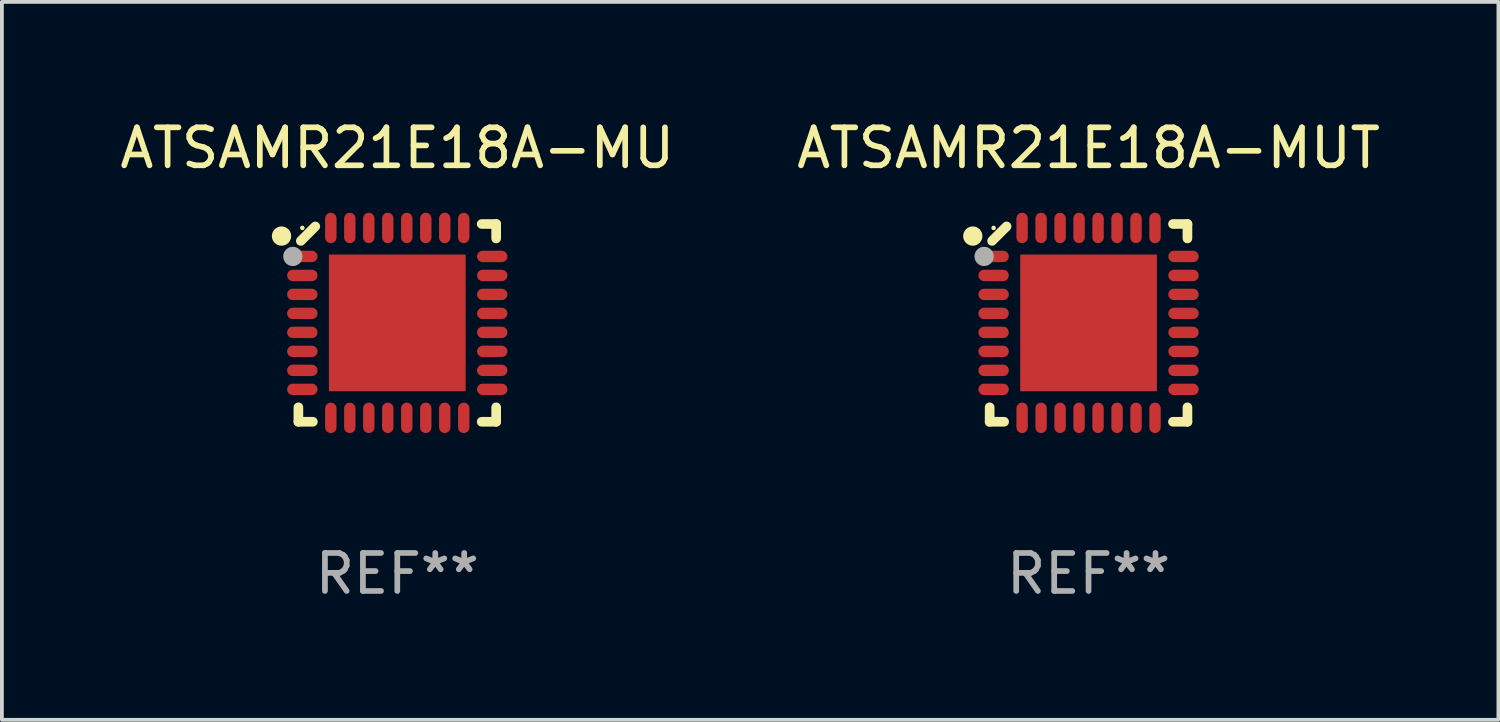
<source format=kicad_pcb>
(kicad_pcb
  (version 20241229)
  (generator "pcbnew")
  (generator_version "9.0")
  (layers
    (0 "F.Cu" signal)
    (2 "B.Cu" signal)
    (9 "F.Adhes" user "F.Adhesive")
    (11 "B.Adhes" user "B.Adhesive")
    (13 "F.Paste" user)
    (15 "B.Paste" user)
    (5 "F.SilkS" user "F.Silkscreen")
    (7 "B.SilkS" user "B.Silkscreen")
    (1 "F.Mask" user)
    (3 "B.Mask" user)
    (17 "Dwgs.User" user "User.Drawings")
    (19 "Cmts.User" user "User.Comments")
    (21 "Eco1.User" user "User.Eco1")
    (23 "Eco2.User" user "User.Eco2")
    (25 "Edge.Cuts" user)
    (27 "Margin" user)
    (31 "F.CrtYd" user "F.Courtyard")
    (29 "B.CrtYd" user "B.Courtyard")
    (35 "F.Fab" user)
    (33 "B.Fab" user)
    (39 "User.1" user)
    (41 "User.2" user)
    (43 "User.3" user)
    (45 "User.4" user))
  (footprint "ATSAMR21E18A-MUT"
    (layer "F.Cu")
    (at 25.613 5.452)
    (property "Reference" "ATSAMR21E18A-MUT" (at 0 -4.604 0) (layer "F.SilkS") (effects (font (size 1 1) (thickness 0.15))))
    (attr through_hole)
    (fp_line (start -2.604 2.223) (end -2.604 2.604) (stroke (width 0.254) (type solid)) (layer "F.SilkS"))
    (fp_line (start -2.604 2.604) (end -2.223 2.604) (stroke (width 0.254) (type solid)) (layer "F.SilkS"))
    (fp_line (start -2.159 -2.54) (end -2.54 -2.159) (stroke (width 0.254) (type solid)) (layer "F.SilkS"))
    (fp_line (start 2.223 2.604) (end 2.604 2.604) (stroke (width 0.254) (type solid)) (layer "F.SilkS"))
    (fp_line (start 2.604 -2.604) (end 2.223 -2.604) (stroke (width 0.254) (type solid)) (layer "F.SilkS"))
    (fp_line (start 2.604 -2.223) (end 2.604 -2.604) (stroke (width 0.254) (type solid)) (layer "F.SilkS"))
    (fp_line (start 2.604 2.604) (end 2.604 2.223) (stroke (width 0.254) (type solid)) (layer "F.SilkS"))
    (fp_circle (center -3.048 -2.286) (end -2.921 -2.286) (stroke (width 0.254) (type solid)) (fill no) (layer "F.SilkS"))
    (fp_circle (center -2.5 -2.5) (end -2.47 -2.5) (stroke (width 0.06) (type solid)) (fill no) (layer "F.SilkS"))
    (fp_circle (center -2.75 -1.75) (end -2.623 -1.75) (stroke (width 0.254) (type solid)) (fill no) (layer "F.Fab"))
    (fp_text user "REF**" (at 0 6.604 0) (layer "F.Fab") (effects (font (size 1 1) (thickness 0.15))))
    (pad "1" smd oval (at -2.5 -1.75) (size 0.8 0.3) (layers "F.Cu" "F.Mask" "F.Paste"))
    (pad "2" smd oval (at -2.5 -1.25) (size 0.8 0.3) (layers "F.Cu" "F.Mask" "F.Paste"))
    (pad "3" smd oval (at -2.5 -0.75) (size 0.8 0.3) (layers "F.Cu" "F.Mask" "F.Paste"))
    (pad "4" smd oval (at -2.5 -0.25) (size 0.8 0.3) (layers "F.Cu" "F.Mask" "F.Paste"))
    (pad "5" smd oval (at -2.5 0.25) (size 0.8 0.3) (layers "F.Cu" "F.Mask" "F.Paste"))
    (pad "6" smd oval (at -2.5 0.75) (size 0.8 0.3) (layers "F.Cu" "F.Mask" "F.Paste"))
    (pad "7" smd oval (at -2.5 1.25) (size 0.8 0.3) (layers "F.Cu" "F.Mask" "F.Paste"))
    (pad "8" smd oval (at -2.5 1.75) (size 0.8 0.3) (layers "F.Cu" "F.Mask" "F.Paste"))
    (pad "9" smd oval (at -1.75 2.5) (size 0.3 0.8) (layers "F.Cu" "F.Mask" "F.Paste"))
    (pad "10" smd oval (at -1.25 2.5) (size 0.3 0.8) (layers "F.Cu" "F.Mask" "F.Paste"))
    (pad "11" smd oval (at -0.75 2.5) (size 0.3 0.8) (layers "F.Cu" "F.Mask" "F.Paste"))
    (pad "12" smd oval (at -0.25 2.5) (size 0.3 0.8) (layers "F.Cu" "F.Mask" "F.Paste"))
    (pad "13" smd oval (at 0.25 2.5) (size 0.3 0.8) (layers "F.Cu" "F.Mask" "F.Paste"))
    (pad "14" smd oval (at 0.75 2.5) (size 0.3 0.8) (layers "F.Cu" "F.Mask" "F.Paste"))
    (pad "15" smd oval (at 1.25 2.5) (size 0.3 0.8) (layers "F.Cu" "F.Mask" "F.Paste"))
    (pad "16" smd oval (at 1.75 2.5) (size 0.3 0.8) (layers "F.Cu" "F.Mask" "F.Paste"))
    (pad "17" smd oval (at 2.5 1.75) (size 0.8 0.3) (layers "F.Cu" "F.Mask" "F.Paste"))
    (pad "18" smd oval (at 2.5 1.25) (size 0.8 0.3) (layers "F.Cu" "F.Mask" "F.Paste"))
    (pad "19" smd oval (at 2.5 0.75) (size 0.8 0.3) (layers "F.Cu" "F.Mask" "F.Paste"))
    (pad "20" smd oval (at 2.5 0.25) (size 0.8 0.3) (layers "F.Cu" "F.Mask" "F.Paste"))
    (pad "21" smd oval (at 2.5 -0.25) (size 0.8 0.3) (layers "F.Cu" "F.Mask" "F.Paste"))
    (pad "22" smd oval (at 2.5 -0.75) (size 0.8 0.3) (layers "F.Cu" "F.Mask" "F.Paste"))
    (pad "23" smd oval (at 2.5 -1.25) (size 0.8 0.3) (layers "F.Cu" "F.Mask" "F.Paste"))
    (pad "24" smd oval (at 2.5 -1.75) (size 0.8 0.3) (layers "F.Cu" "F.Mask" "F.Paste"))
    (pad "25" smd oval (at 1.75 -2.5) (size 0.3 0.8) (layers "F.Cu" "F.Mask" "F.Paste"))
    (pad "26" smd oval (at 1.25 -2.5) (size 0.3 0.8) (layers "F.Cu" "F.Mask" "F.Paste"))
    (pad "27" smd oval (at 0.75 -2.5) (size 0.3 0.8) (layers "F.Cu" "F.Mask" "F.Paste"))
    (pad "28" smd oval (at 0.25 -2.5) (size 0.3 0.8) (layers "F.Cu" "F.Mask" "F.Paste"))
    (pad "29" smd oval (at -0.25 -2.5) (size 0.3 0.8) (layers "F.Cu" "F.Mask" "F.Paste"))
    (pad "30" smd oval (at -0.75 -2.5) (size 0.3 0.8) (layers "F.Cu" "F.Mask" "F.Paste"))
    (pad "31" smd oval (at -1.25 -2.5) (size 0.3 0.8) (layers "F.Cu" "F.Mask" "F.Paste"))
    (pad "32" smd oval (at -1.75 -2.5) (size 0.3 0.8) (layers "F.Cu" "F.Mask" "F.Paste"))
    (pad "33" smd rect (at -0.000076 0) (size 3.6 3.6) (layers "F.Cu" "F.Mask" "F.Paste")))
  (footprint "ATSAMR21E18A-MU"
    (layer "F.Cu")
    (at 7.411 5.452)
    (property "Reference" "ATSAMR21E18A-MU" (at 0 -4.604 0) (layer "F.SilkS") (effects (font (size 1 1) (thickness 0.15))))
    (attr through_hole)
    (fp_line (start -2.604 2.223) (end -2.604 2.604) (stroke (width 0.254) (type solid)) (layer "F.SilkS"))
    (fp_line (start -2.604 2.604) (end -2.223 2.604) (stroke (width 0.254) (type solid)) (layer "F.SilkS"))
    (fp_line (start -2.159 -2.54) (end -2.54 -2.159) (stroke (width 0.254) (type solid)) (layer "F.SilkS"))
    (fp_line (start 2.223 2.604) (end 2.604 2.604) (stroke (width 0.254) (type solid)) (layer "F.SilkS"))
    (fp_line (start 2.604 -2.604) (end 2.223 -2.604) (stroke (width 0.254) (type solid)) (layer "F.SilkS"))
    (fp_line (start 2.604 -2.223) (end 2.604 -2.604) (stroke (width 0.254) (type solid)) (layer "F.SilkS"))
    (fp_line (start 2.604 2.604) (end 2.604 2.223) (stroke (width 0.254) (type solid)) (layer "F.SilkS"))
    (fp_circle (center -3.048 -2.286) (end -2.921 -2.286) (stroke (width 0.254) (type solid)) (fill no) (layer "F.SilkS"))
    (fp_circle (center -2.5 -2.5) (end -2.47 -2.5) (stroke (width 0.06) (type solid)) (fill no) (layer "F.SilkS"))
    (fp_circle (center -2.75 -1.75) (end -2.623 -1.75) (stroke (width 0.254) (type solid)) (fill no) (layer "F.Fab"))
    (fp_text user "REF**" (at 0 6.604 0) (layer "F.Fab") (effects (font (size 1 1) (thickness 0.15))))
    (pad "1" smd oval (at -2.5 -1.75) (size 0.8 0.3) (layers "F.Cu" "F.Mask" "F.Paste"))
    (pad "2" smd oval (at -2.5 -1.25) (size 0.8 0.3) (layers "F.Cu" "F.Mask" "F.Paste"))
    (pad "3" smd oval (at -2.5 -0.75) (size 0.8 0.3) (layers "F.Cu" "F.Mask" "F.Paste"))
    (pad "4" smd oval (at -2.5 -0.25) (size 0.8 0.3) (layers "F.Cu" "F.Mask" "F.Paste"))
    (pad "5" smd oval (at -2.5 0.25) (size 0.8 0.3) (layers "F.Cu" "F.Mask" "F.Paste"))
    (pad "6" smd oval (at -2.5 0.75) (size 0.8 0.3) (layers "F.Cu" "F.Mask" "F.Paste"))
    (pad "7" smd oval (at -2.5 1.25) (size 0.8 0.3) (layers "F.Cu" "F.Mask" "F.Paste"))
    (pad "8" smd oval (at -2.5 1.75) (size 0.8 0.3) (layers "F.Cu" "F.Mask" "F.Paste"))
    (pad "9" smd oval (at -1.75 2.5) (size 0.3 0.8) (layers "F.Cu" "F.Mask" "F.Paste"))
    (pad "10" smd oval (at -1.25 2.5) (size 0.3 0.8) (layers "F.Cu" "F.Mask" "F.Paste"))
    (pad "11" smd oval (at -0.75 2.5) (size 0.3 0.8) (layers "F.Cu" "F.Mask" "F.Paste"))
    (pad "12" smd oval (at -0.25 2.5) (size 0.3 0.8) (layers "F.Cu" "F.Mask" "F.Paste"))
    (pad "13" smd oval (at 0.25 2.5) (size 0.3 0.8) (layers "F.Cu" "F.Mask" "F.Paste"))
    (pad "14" smd oval (at 0.75 2.5) (size 0.3 0.8) (layers "F.Cu" "F.Mask" "F.Paste"))
    (pad "15" smd oval (at 1.25 2.5) (size 0.3 0.8) (layers "F.Cu" "F.Mask" "F.Paste"))
    (pad "16" smd oval (at 1.75 2.5) (size 0.3 0.8) (layers "F.Cu" "F.Mask" "F.Paste"))
    (pad "17" smd oval (at 2.5 1.75) (size 0.8 0.3) (layers "F.Cu" "F.Mask" "F.Paste"))
    (pad "18" smd oval (at 2.5 1.25) (size 0.8 0.3) (layers "F.Cu" "F.Mask" "F.Paste"))
    (pad "19" smd oval (at 2.5 0.75) (size 0.8 0.3) (layers "F.Cu" "F.Mask" "F.Paste"))
    (pad "20" smd oval (at 2.5 0.25) (size 0.8 0.3) (layers "F.Cu" "F.Mask" "F.Paste"))
    (pad "21" smd oval (at 2.5 -0.25) (size 0.8 0.3) (layers "F.Cu" "F.Mask" "F.Paste"))
    (pad "22" smd oval (at 2.5 -0.75) (size 0.8 0.3) (layers "F.Cu" "F.Mask" "F.Paste"))
    (pad "23" smd oval (at 2.5 -1.25) (size 0.8 0.3) (layers "F.Cu" "F.Mask" "F.Paste"))
    (pad "24" smd oval (at 2.5 -1.75) (size 0.8 0.3) (layers "F.Cu" "F.Mask" "F.Paste"))
    (pad "25" smd oval (at 1.75 -2.5) (size 0.3 0.8) (layers "F.Cu" "F.Mask" "F.Paste"))
    (pad "26" smd oval (at 1.25 -2.5) (size 0.3 0.8) (layers "F.Cu" "F.Mask" "F.Paste"))
    (pad "27" smd oval (at 0.75 -2.5) (size 0.3 0.8) (layers "F.Cu" "F.Mask" "F.Paste"))
    (pad "28" smd oval (at 0.25 -2.5) (size 0.3 0.8) (layers "F.Cu" "F.Mask" "F.Paste"))
    (pad "29" smd oval (at -0.25 -2.5) (size 0.3 0.8) (layers "F.Cu" "F.Mask" "F.Paste"))
    (pad "30" smd oval (at -0.75 -2.5) (size 0.3 0.8) (layers "F.Cu" "F.Mask" "F.Paste"))
    (pad "31" smd oval (at -1.25 -2.5) (size 0.3 0.8) (layers "F.Cu" "F.Mask" "F.Paste"))
    (pad "32" smd oval (at -1.75 -2.5) (size 0.3 0.8) (layers "F.Cu" "F.Mask" "F.Paste"))
    (pad "33" smd rect (at -0.000076 0) (size 3.6 3.6) (layers "F.Cu" "F.Mask" "F.Paste")))
  (gr_rect
    (start -3 -3)
    (end 36.405 15.904)
    (stroke (width 0.1) (type default))
    (fill no)
    (layer "Edge.Cuts")))
</source>
